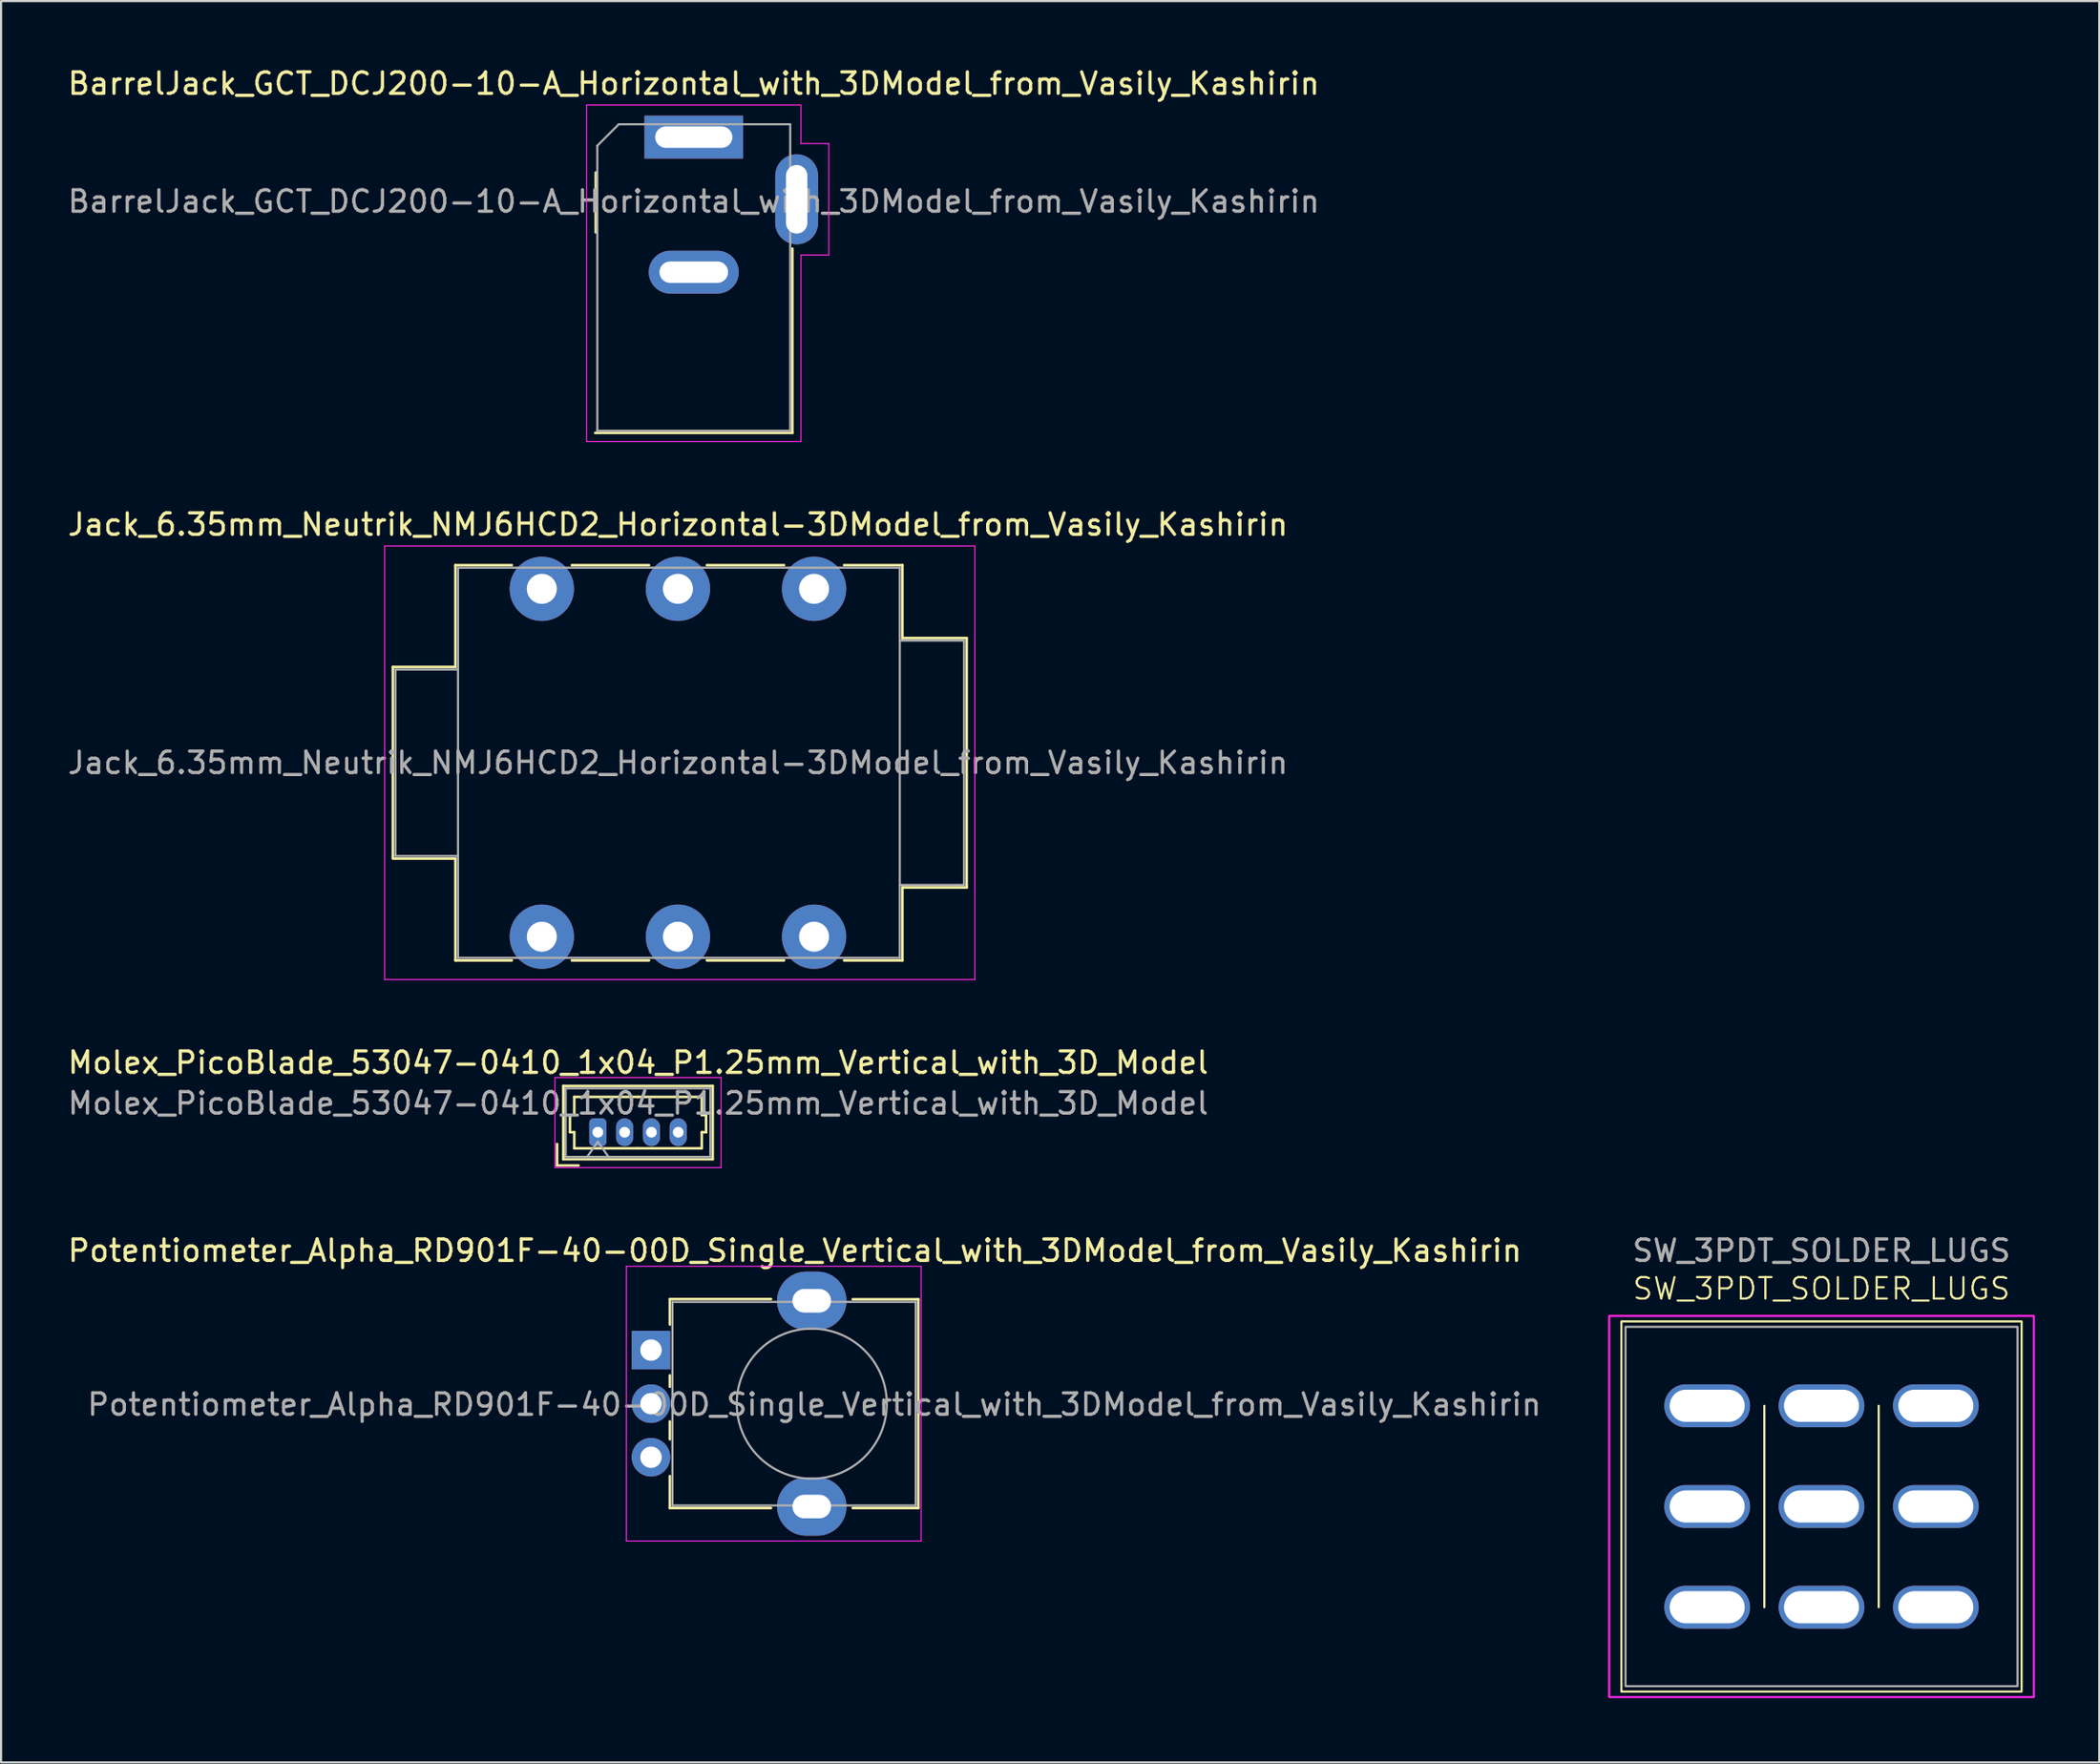
<source format=kicad_pcb>
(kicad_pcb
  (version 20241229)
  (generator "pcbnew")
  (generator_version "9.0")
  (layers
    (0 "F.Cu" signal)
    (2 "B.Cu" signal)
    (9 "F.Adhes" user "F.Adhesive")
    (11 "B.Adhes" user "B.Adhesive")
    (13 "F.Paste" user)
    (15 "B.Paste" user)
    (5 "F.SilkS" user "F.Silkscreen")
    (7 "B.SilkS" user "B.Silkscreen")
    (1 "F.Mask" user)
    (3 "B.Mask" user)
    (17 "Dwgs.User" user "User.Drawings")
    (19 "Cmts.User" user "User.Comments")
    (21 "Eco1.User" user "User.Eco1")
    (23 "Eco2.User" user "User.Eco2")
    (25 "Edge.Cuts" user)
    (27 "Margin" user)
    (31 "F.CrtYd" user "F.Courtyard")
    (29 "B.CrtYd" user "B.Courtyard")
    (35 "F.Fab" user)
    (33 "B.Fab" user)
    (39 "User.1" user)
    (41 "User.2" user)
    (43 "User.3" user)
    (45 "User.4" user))
  (footprint "BarrelJack_GCT_DCJ200-10-A_Horizontal_with_3DModel_from_Vasily_Kashirin"
    (layer "F.Cu")
    (at 29.315 3.348)
    (property "Reference" "BarrelJack_GCT_DCJ200-10-A_Horizontal_with_3DModel_from_Vasily_Kashirin" (at 0 -2.5 0) (layer "F.SilkS") (effects (font (size 1 1) (thickness 0.15))))
    (attr through_hole)
    (fp_line (start -4.572 4.445) (end -4.572 1.651) (stroke (width 0.12) (type solid)) (layer "F.SilkS"))
    (fp_line (start 4.6 5.2) (end 4.6 13.8) (stroke (width 0.12) (type solid)) (layer "F.SilkS"))
    (fp_line (start 4.6 13.8) (end -4.6 13.8) (stroke (width 0.12) (type solid)) (layer "F.SilkS"))
    (fp_line (start -5 -1.5) (end -5 14.2) (stroke (width 0.05) (type solid)) (layer "F.CrtYd"))
    (fp_line (start -5 14.2) (end 5 14.2) (stroke (width 0.05) (type solid)) (layer "F.CrtYd"))
    (fp_line (start 5 -1.5) (end -5 -1.5) (stroke (width 0.05) (type solid)) (layer "F.CrtYd"))
    (fp_line (start 5 0.3) (end 5 -1.5) (stroke (width 0.05) (type solid)) (layer "F.CrtYd"))
    (fp_line (start 5 14.2) (end 5 5.5) (stroke (width 0.05) (type solid)) (layer "F.CrtYd"))
    (fp_line (start 6.3 0.3) (end 5 0.3) (stroke (width 0.05) (type solid)) (layer "F.CrtYd"))
    (fp_line (start 6.3 0.3) (end 6.3 5.5) (stroke (width 0.05) (type solid)) (layer "F.CrtYd"))
    (fp_line (start 6.3 5.5) (end 5 5.5) (stroke (width 0.05) (type solid)) (layer "F.CrtYd"))
    (fp_line (start -4.5 0.4) (end -3.5 -0.6) (stroke (width 0.1) (type solid)) (layer "F.Fab"))
    (fp_line (start -4.5 13.7) (end -4.5 0.4) (stroke (width 0.1) (type solid)) (layer "F.Fab"))
    (fp_line (start 4.5 -0.6) (end -3.5 -0.6) (stroke (width 0.1) (type solid)) (layer "F.Fab"))
    (fp_line (start 4.5 -0.6) (end 4.5 13.7) (stroke (width 0.1) (type solid)) (layer "F.Fab"))
    (fp_line (start 4.5 13.7) (end -4.5 13.7) (stroke (width 0.1) (type solid)) (layer "F.Fab"))
    (fp_text user "${REFERENCE}" (at 0 3 0) (layer "F.Fab") (effects (font (size 1 1) (thickness 0.15))))
    (pad "1" thru_hole rect (at 0 0) (size 4.6 2) (drill oval 3.6 1) (layers "*.Cu" "*.Mask"))
    (pad "2" thru_hole oval (at 0 6.3) (size 4.2 2) (drill oval 3.2 1) (layers "*.Cu" "*.Mask"))
    (pad "3" thru_hole oval (at 4.8 2.9) (size 2 4.2) (drill oval 1 3.2) (layers "*.Cu" "*.Mask")))
  (footprint "Potentiometer_Alpha_RD901F-40-00D_Single_Vertical_with_3DModel_from_Vasily_Kashirin"
    (layer "F.Cu")
    (at 27.32 59.938)
    (property "Reference" "Potentiometer_Alpha_RD901F-40-00D_Single_Vertical_with_3DModel_from_Vasily_Kashirin" (at 6.71 -4.64 180) (layer "F.SilkS") (effects (font (size 1 1) (thickness 0.15))))
    (attr through_hole)
    (fp_line (start 0.88 -2.38) (end 5.6 -2.38) (stroke (width 0.12) (type solid)) (layer "F.SilkS"))
    (fp_line (start 0.88 -1.19) (end 0.88 -2.37) (stroke (width 0.12) (type solid)) (layer "F.SilkS"))
    (fp_line (start 0.88 1.71) (end 0.88 1.18) (stroke (width 0.12) (type solid)) (layer "F.SilkS"))
    (fp_line (start 0.88 4.16) (end 0.88 3.33) (stroke (width 0.12) (type solid)) (layer "F.SilkS"))
    (fp_line (start 0.88 7.37) (end 0.88 5.88) (stroke (width 0.12) (type solid)) (layer "F.SilkS"))
    (fp_line (start 0.88 7.37) (end 5.6 7.37) (stroke (width 0.12) (type solid)) (layer "F.SilkS"))
    (fp_line (start 9.41 -2.37) (end 12.47 -2.37) (stroke (width 0.12) (type solid)) (layer "F.SilkS"))
    (fp_line (start 9.41 7.37) (end 12.47 7.37) (stroke (width 0.12) (type solid)) (layer "F.SilkS"))
    (fp_line (start 12.47 7.37) (end 12.47 -2.37) (stroke (width 0.12) (type solid)) (layer "F.SilkS"))
    (fp_line (start -1.15 -3.91) (end -1.15 8.91) (stroke (width 0.05) (type solid)) (layer "F.CrtYd"))
    (fp_line (start -1.15 8.91) (end 12.6 8.91) (stroke (width 0.05) (type solid)) (layer "F.CrtYd"))
    (fp_line (start 12.6 -3.91) (end -1.15 -3.91) (stroke (width 0.05) (type solid)) (layer "F.CrtYd"))
    (fp_line (start 12.6 8.91) (end 12.6 -3.91) (stroke (width 0.05) (type solid)) (layer "F.CrtYd"))
    (fp_line (start 1 -2.25) (end 12.35 -2.25) (stroke (width 0.1) (type solid)) (layer "F.Fab"))
    (fp_line (start 1 7.25) (end 1 -2.25) (stroke (width 0.1) (type solid)) (layer "F.Fab"))
    (fp_line (start 1 7.25) (end 12.35 7.25) (stroke (width 0.1) (type solid)) (layer "F.Fab"))
    (fp_line (start 12.35 7.25) (end 12.35 -2.25) (stroke (width 0.1) (type solid)) (layer "F.Fab"))
    (fp_circle (center 7.5 2.5) (end 7.5 -1) (stroke (width 0.1) (type solid)) (fill no) (layer "F.Fab"))
    (fp_text user "${REFERENCE}" (at 7.62 2.54 0) (layer "F.Fab") (effects (font (size 1 1) (thickness 0.15))))
    (pad "" thru_hole oval (at 7.5 -2.3 90) (size 2.72 3.24) (drill oval 1.1 1.8) (layers "*.Cu" "*.Mask"))
    (pad "" thru_hole oval (at 7.5 7.3 90) (size 2.72 3.24) (drill oval 1.1 1.8) (layers "*.Cu" "*.Mask"))
    (pad "1" thru_hole rect (at 0 0 90) (size 1.8 1.8) (drill 1) (layers "*.Cu" "*.Mask"))
    (pad "2" thru_hole circle (at 0 2.5 90) (size 1.8 1.8) (drill 1) (layers "*.Cu" "*.Mask"))
    (pad "3" thru_hole circle (at 0 5 90) (size 1.8 1.8) (drill 1) (layers "*.Cu" "*.Mask")))
  (footprint "Jack_6.35mm_Neutrik_NMJ6HCD2_Horizontal-3DModel_from_Vasily_Kashirin"
    (layer "F.Cu")
    (at 22.227 24.422)
    (property "Reference" "Jack_6.35mm_Neutrik_NMJ6HCD2_Horizontal-3DModel_from_Vasily_Kashirin" (at 6.35 -3 0) (layer "F.SilkS") (effects (font (size 1 1) (thickness 0.15))))
    (attr through_hole)
    (fp_line (start -6.95 3.645) (end -4.03 3.645) (stroke (width 0.12) (type solid)) (layer "F.SilkS"))
    (fp_line (start -6.95 12.545) (end -6.95 3.645) (stroke (width 0.12) (type solid)) (layer "F.SilkS"))
    (fp_line (start -6.95 12.585) (end -4.03 12.585) (stroke (width 0.12) (type solid)) (layer "F.SilkS"))
    (fp_line (start -4.03 -1.105) (end -1.4 -1.105) (stroke (width 0.12) (type solid)) (layer "F.SilkS"))
    (fp_line (start -4.03 3.645) (end -4.03 -1.105) (stroke (width 0.12) (type solid)) (layer "F.SilkS"))
    (fp_line (start -4.03 17.335) (end -4.03 12.585) (stroke (width 0.12) (type solid)) (layer "F.SilkS"))
    (fp_line (start -1.4 17.335) (end -4.03 17.335) (stroke (width 0.12) (type solid)) (layer "F.SilkS"))
    (fp_line (start 1.4 -1.105) (end 5 -1.105) (stroke (width 0.12) (type solid)) (layer "F.SilkS"))
    (fp_line (start 5 17.335) (end 1.4 17.335) (stroke (width 0.12) (type solid)) (layer "F.SilkS"))
    (fp_line (start 7.7 -1.105) (end 11.3 -1.105) (stroke (width 0.12) (type solid)) (layer "F.SilkS"))
    (fp_line (start 11.3 17.335) (end 7.7 17.335) (stroke (width 0.12) (type solid)) (layer "F.SilkS"))
    (fp_line (start 16.82 -1.105) (end 14.1 -1.105) (stroke (width 0.12) (type solid)) (layer "F.SilkS"))
    (fp_line (start 16.82 2.295) (end 16.82 -1.105) (stroke (width 0.12) (type solid)) (layer "F.SilkS"))
    (fp_line (start 16.82 2.295) (end 19.82 2.295) (stroke (width 0.12) (type solid)) (layer "F.SilkS"))
    (fp_line (start 16.82 13.935) (end 19.82 13.935) (stroke (width 0.12) (type solid)) (layer "F.SilkS"))
    (fp_line (start 16.82 17.335) (end 14.1 17.335) (stroke (width 0.12) (type solid)) (layer "F.SilkS"))
    (fp_line (start 16.82 17.335) (end 16.82 13.935) (stroke (width 0.12) (type solid)) (layer "F.SilkS"))
    (fp_line (start 19.82 13.935) (end 19.82 2.295) (stroke (width 0.12) (type solid)) (layer "F.SilkS"))
    (fp_line (start -7.33 18.23) (end -7.33 -2) (stroke (width 0.05) (type solid)) (layer "F.CrtYd"))
    (fp_line (start -7.33 18.23) (end 20.2 18.23) (stroke (width 0.05) (type solid)) (layer "F.CrtYd"))
    (fp_line (start 20.2 -2) (end -7.33 -2) (stroke (width 0.05) (type solid)) (layer "F.CrtYd"))
    (fp_line (start 20.2 18.23) (end 20.2 -2) (stroke (width 0.05) (type solid)) (layer "F.CrtYd"))
    (fp_line (start -6.83 3.765) (end -3.91 3.765) (stroke (width 0.1) (type solid)) (layer "F.Fab"))
    (fp_line (start -6.83 12.465) (end -6.83 3.765) (stroke (width 0.1) (type solid)) (layer "F.Fab"))
    (fp_line (start -6.83 12.465) (end -3.91 12.465) (stroke (width 0.1) (type solid)) (layer "F.Fab"))
    (fp_line (start -3.91 17.215) (end -3.91 -0.985) (stroke (width 0.1) (type solid)) (layer "F.Fab"))
    (fp_line (start 16.7 -0.985) (end -3.91 -0.985) (stroke (width 0.1) (type solid)) (layer "F.Fab"))
    (fp_line (start 16.7 17.215) (end -3.91 17.215) (stroke (width 0.1) (type solid)) (layer "F.Fab"))
    (fp_line (start 16.7 17.215) (end 16.7 -0.985) (stroke (width 0.1) (type solid)) (layer "F.Fab"))
    (fp_line (start 19.7 2.415) (end 16.7 2.415) (stroke (width 0.1) (type solid)) (layer "F.Fab"))
    (fp_line (start 19.7 13.815) (end 16.7 13.815) (stroke (width 0.1) (type solid)) (layer "F.Fab"))
    (fp_line (start 19.7 13.815) (end 19.7 2.415) (stroke (width 0.1) (type solid)) (layer "F.Fab"))
    (fp_text user "${REFERENCE}" (at 6.35 8.115 0) (layer "F.Fab") (effects (font (size 1 1) (thickness 0.15))))
    (pad "R" thru_hole circle (at 6.35 0) (size 3 3) (drill 1.4) (layers "*.Cu" "*.Mask"))
    (pad "RN" thru_hole circle (at 6.35 16.23) (size 3 3) (drill 1.4) (layers "*.Cu" "*.Mask"))
    (pad "S" thru_hole circle (at 12.7 0) (size 3 3) (drill 1.4) (layers "*.Cu" "*.Mask"))
    (pad "SN" thru_hole circle (at 12.7 16.23) (size 3 3) (drill 1.4) (layers "*.Cu" "*.Mask"))
    (pad "T" thru_hole circle (at 0 0) (size 3 3) (drill 1.4) (layers "*.Cu" "*.Mask"))
    (pad "TN" thru_hole circle (at 0 16.23) (size 3 3) (drill 1.4) (layers "*.Cu" "*.Mask")))
  (footprint "SW_3PDT_SOLDER_LUGS"
    (layer "F.Cu")
    (at 81.926 67.236)
    (property "Reference" "SW_3PDT_SOLDER_LUGS" (at 0 -10.16 0) (unlocked yes) (layer "F.SilkS") (effects (font (size 1 1) (thickness 0.1))))
    (attr through_hole)
    (fp_line (start -2.667 -4.699) (end -2.667 4.699) (stroke (width 0.1) (type default)) (layer "F.SilkS"))
    (fp_line (start 2.667 -4.699) (end 2.667 4.699) (stroke (width 0.1) (type default)) (layer "F.SilkS"))
    (fp_rect (start -9.335 -8.636) (end 9.335 8.636) (stroke (width 0.1) (type default)) (fill no) (layer "F.SilkS"))
    (fp_rect (start -9.906 -8.89) (end 9.906 8.89) (stroke (width 0.1) (type default)) (fill no) (layer "F.CrtYd"))
    (fp_rect (start -9.144 -8.382) (end 9.144 8.382) (stroke (width 0.1) (type default)) (fill no) (layer "F.Fab"))
    (fp_text user "${REFERENCE}" (at 0 -11.938 0) (unlocked yes) (layer "F.Fab") (effects (font (size 1 1) (thickness 0.15))))
    (pad "1" thru_hole oval (at -5.334 -4.699) (size 4 2) (drill oval 3.5 1.5) (layers "*.Cu" "*.Mask"))
    (pad "2" thru_hole oval (at -5.334 0) (size 4 2) (drill oval 3.5 1.5) (layers "*.Cu" "*.Mask"))
    (pad "3" thru_hole oval (at -5.334 4.699) (size 4 2) (drill oval 3.5 1.5) (layers "*.Cu" "*.Mask"))
    (pad "4" thru_hole oval (at 0 -4.699) (size 4 2) (drill oval 3.5 1.5) (layers "*.Cu" "*.Mask"))
    (pad "5" thru_hole oval (at 0 0) (size 4 2) (drill oval 3.5 1.5) (layers "*.Cu" "*.Mask"))
    (pad "6" thru_hole oval (at 0 4.699) (size 4 2) (drill oval 3.5 1.5) (layers "*.Cu" "*.Mask"))
    (pad "7" thru_hole oval (at 5.334 -4.699) (size 4 2) (drill oval 3.5 1.5) (layers "*.Cu" "*.Mask"))
    (pad "8" thru_hole oval (at 5.334 0) (size 4 2) (drill oval 3.5 1.5) (layers "*.Cu" "*.Mask"))
    (pad "9" thru_hole oval (at 5.334 4.699) (size 4 2) (drill oval 3.5 1.5) (layers "*.Cu" "*.Mask")))
  (footprint "Molex_PicoBlade_53047-0410_1x04_P1.25mm_Vertical_with_3D_Model"
    (layer "F.Cu")
    (at 24.84 49.775)
    (property "Reference" "Molex_PicoBlade_53047-0410_1x04_P1.25mm_Vertical_with_3D_Model" (at 1.88 -3.25 0) (layer "F.SilkS") (effects (font (size 1 1) (thickness 0.15))))
    (attr through_hole)
    (fp_line (start -1.9 1.55) (end -1.9 0.55) (stroke (width 0.12) (type solid)) (layer "F.SilkS"))
    (fp_line (start -1.9 1.55) (end -0.9 1.55) (stroke (width 0.12) (type solid)) (layer "F.SilkS"))
    (fp_line (start -1.61 -2.16) (end -1.61 1.26) (stroke (width 0.12) (type solid)) (layer "F.SilkS"))
    (fp_line (start -1.61 1.26) (end 5.36 1.26) (stroke (width 0.12) (type solid)) (layer "F.SilkS"))
    (fp_line (start -1.3 -0.8) (end -1.1 -0.8) (stroke (width 0.12) (type solid)) (layer "F.SilkS"))
    (fp_line (start -1.3 0) (end -1.3 -0.8) (stroke (width 0.12) (type solid)) (layer "F.SilkS"))
    (fp_line (start -1.1 -1.65) (end 1.875 -1.65) (stroke (width 0.12) (type solid)) (layer "F.SilkS"))
    (fp_line (start -1.1 -0.8) (end -1.1 -1.65) (stroke (width 0.12) (type solid)) (layer "F.SilkS"))
    (fp_line (start -1.1 0) (end -1.3 0) (stroke (width 0.12) (type solid)) (layer "F.SilkS"))
    (fp_line (start -1.1 0.75) (end -1.1 0) (stroke (width 0.12) (type solid)) (layer "F.SilkS"))
    (fp_line (start 1.875 0.75) (end -1.1 0.75) (stroke (width 0.12) (type solid)) (layer "F.SilkS"))
    (fp_line (start 1.875 0.75) (end 4.85 0.75) (stroke (width 0.12) (type solid)) (layer "F.SilkS"))
    (fp_line (start 4.85 -1.65) (end 1.875 -1.65) (stroke (width 0.12) (type solid)) (layer "F.SilkS"))
    (fp_line (start 4.85 -0.8) (end 4.85 -1.65) (stroke (width 0.12) (type solid)) (layer "F.SilkS"))
    (fp_line (start 4.85 0) (end 5.05 0) (stroke (width 0.12) (type solid)) (layer "F.SilkS"))
    (fp_line (start 4.85 0.75) (end 4.85 0) (stroke (width 0.12) (type solid)) (layer "F.SilkS"))
    (fp_line (start 5.05 -0.8) (end 4.85 -0.8) (stroke (width 0.12) (type solid)) (layer "F.SilkS"))
    (fp_line (start 5.05 0) (end 5.05 -0.8) (stroke (width 0.12) (type solid)) (layer "F.SilkS"))
    (fp_line (start 5.36 -2.16) (end -1.61 -2.16) (stroke (width 0.12) (type solid)) (layer "F.SilkS"))
    (fp_line (start 5.36 1.26) (end 5.36 -2.16) (stroke (width 0.12) (type solid)) (layer "F.SilkS"))
    (fp_line (start -2 -2.55) (end -2 1.65) (stroke (width 0.05) (type solid)) (layer "F.CrtYd"))
    (fp_line (start -2 1.65) (end 5.75 1.65) (stroke (width 0.05) (type solid)) (layer "F.CrtYd"))
    (fp_line (start 5.75 -2.55) (end -2 -2.55) (stroke (width 0.05) (type solid)) (layer "F.CrtYd"))
    (fp_line (start 5.75 1.65) (end 5.75 -2.55) (stroke (width 0.05) (type solid)) (layer "F.CrtYd"))
    (fp_line (start -1.5 -2.05) (end -1.5 1.15) (stroke (width 0.1) (type solid)) (layer "F.Fab"))
    (fp_line (start -1.5 1.15) (end 5.25 1.15) (stroke (width 0.1) (type solid)) (layer "F.Fab"))
    (fp_line (start -0.5 1.15) (end 0 0.443) (stroke (width 0.1) (type solid)) (layer "F.Fab"))
    (fp_line (start 0 0.443) (end 0.5 1.15) (stroke (width 0.1) (type solid)) (layer "F.Fab"))
    (fp_line (start 5.25 -2.05) (end -1.5 -2.05) (stroke (width 0.1) (type solid)) (layer "F.Fab"))
    (fp_line (start 5.25 1.15) (end 5.25 -2.05) (stroke (width 0.1) (type solid)) (layer "F.Fab"))
    (fp_text user "${REFERENCE}" (at 1.88 -1.35 0) (layer "F.Fab") (effects (font (size 1 1) (thickness 0.15))))
    (pad "1" thru_hole roundrect (at 0 0) (size 0.8 1.3) (drill 0.5) (layers "*.Cu" "*.Mask") (roundrect_rratio 0.25))
    (pad "2" thru_hole oval (at 1.25 0) (size 0.8 1.3) (drill 0.5) (layers "*.Cu" "*.Mask"))
    (pad "3" thru_hole oval (at 2.5 0) (size 0.8 1.3) (drill 0.5) (layers "*.Cu" "*.Mask"))
    (pad "4" thru_hole oval (at 3.75 0) (size 0.8 1.3) (drill 0.5) (layers "*.Cu" "*.Mask")))
  (gr_rect
    (start -3 -3)
    (end 94.882 79.176)
    (stroke (width 0.1) (type default))
    (fill no)
    (layer "Edge.Cuts")))
</source>
